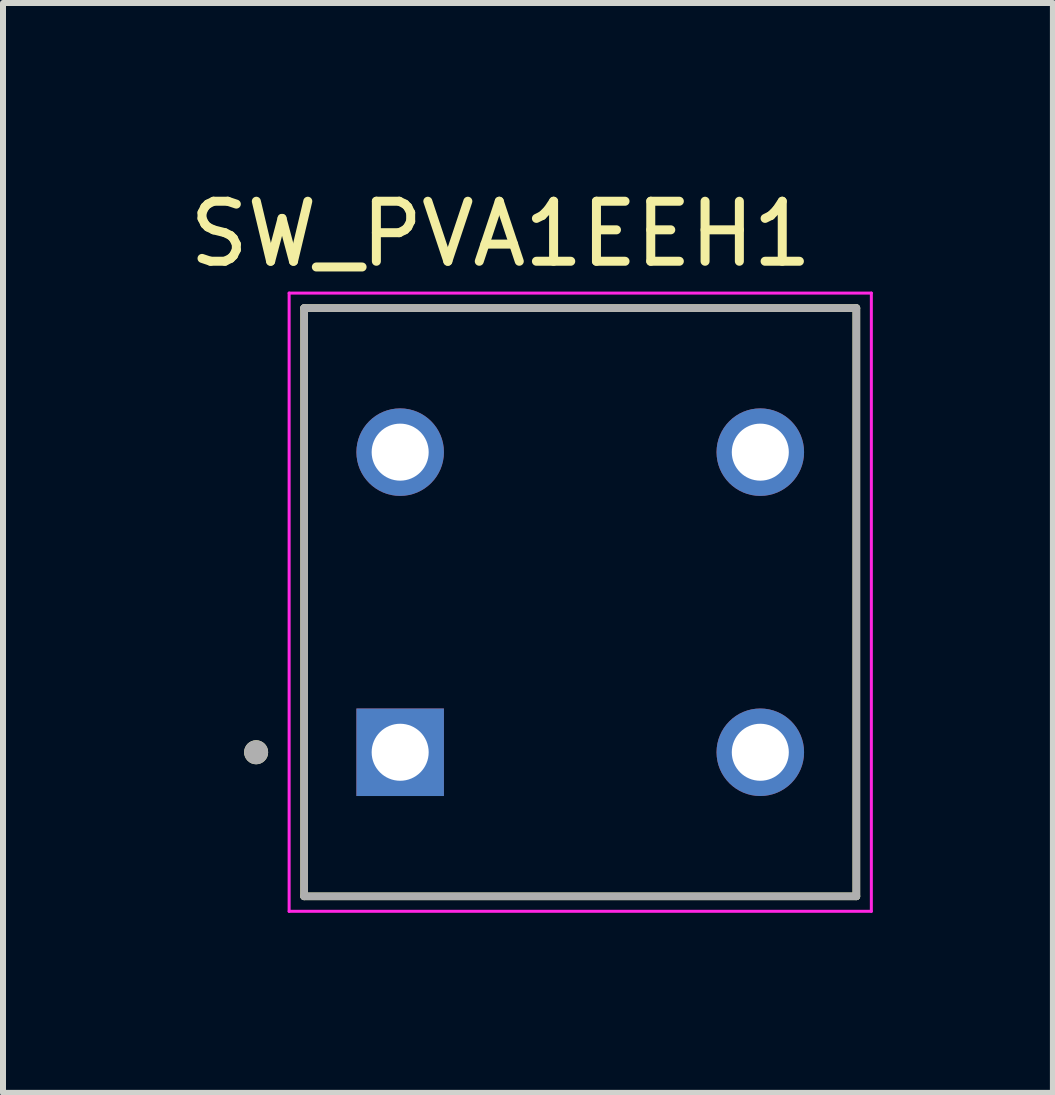
<source format=kicad_pcb>
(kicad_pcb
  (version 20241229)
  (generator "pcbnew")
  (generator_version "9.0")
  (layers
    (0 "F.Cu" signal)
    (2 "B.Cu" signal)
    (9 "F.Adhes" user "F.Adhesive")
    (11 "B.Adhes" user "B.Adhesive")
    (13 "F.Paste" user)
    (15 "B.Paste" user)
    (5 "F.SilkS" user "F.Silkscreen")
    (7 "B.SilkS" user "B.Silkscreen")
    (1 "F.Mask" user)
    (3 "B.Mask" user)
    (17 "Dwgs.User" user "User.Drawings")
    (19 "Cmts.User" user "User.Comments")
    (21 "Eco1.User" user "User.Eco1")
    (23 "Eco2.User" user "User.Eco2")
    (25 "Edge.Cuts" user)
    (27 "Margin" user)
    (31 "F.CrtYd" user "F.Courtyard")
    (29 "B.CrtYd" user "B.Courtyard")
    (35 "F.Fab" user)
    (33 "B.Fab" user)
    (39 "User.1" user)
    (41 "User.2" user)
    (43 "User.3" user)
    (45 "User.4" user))
  (footprint "SW_PVA1EEH1"
    (layer "F.Cu")
    (at 6.617 6.983)
    (property "Reference" "SW_PVA1EEH1" (at -1.325 -6.135 0) (layer "F.SilkS") (effects (font (size 1 1) (thickness 0.15))))
    (attr through_hole)
    (fp_line (start -4.6 -4.9) (end -4.6 4.9) (stroke (width 0.127) (type solid)) (layer "F.SilkS"))
    (fp_line (start -4.6 4.9) (end 4.6 4.9) (stroke (width 0.127) (type solid)) (layer "F.SilkS"))
    (fp_line (start 4.6 -4.9) (end -4.6 -4.9) (stroke (width 0.127) (type solid)) (layer "F.SilkS"))
    (fp_line (start 4.6 4.9) (end 4.6 -4.9) (stroke (width 0.127) (type solid)) (layer "F.SilkS"))
    (fp_circle (center -5.4 2.5) (end -5.3 2.5) (stroke (width 0.2) (type solid)) (fill no) (layer "F.SilkS"))
    (fp_line (start -4.85 -5.15) (end -4.85 5.15) (stroke (width 0.05) (type solid)) (layer "F.CrtYd"))
    (fp_line (start -4.85 5.15) (end 4.85 5.15) (stroke (width 0.05) (type solid)) (layer "F.CrtYd"))
    (fp_line (start 4.85 -5.15) (end -4.85 -5.15) (stroke (width 0.05) (type solid)) (layer "F.CrtYd"))
    (fp_line (start 4.85 5.15) (end 4.85 -5.15) (stroke (width 0.05) (type solid)) (layer "F.CrtYd"))
    (fp_line (start -4.6 -4.9) (end -4.6 4.9) (stroke (width 0.127) (type solid)) (layer "F.Fab"))
    (fp_line (start -4.6 4.9) (end 4.6 4.9) (stroke (width 0.127) (type solid)) (layer "F.Fab"))
    (fp_line (start 4.6 -4.9) (end -4.6 -4.9) (stroke (width 0.127) (type solid)) (layer "F.Fab"))
    (fp_line (start 4.6 4.9) (end 4.6 -4.9) (stroke (width 0.127) (type solid)) (layer "F.Fab"))
    (fp_circle (center -5.4 2.5) (end -5.3 2.5) (stroke (width 0.2) (type solid)) (fill no) (layer "F.Fab"))
    (pad "1" thru_hole rect (at -3 2.5) (size 1.458 1.458) (drill 0.95) (layers "*.Cu" "*.Mask"))
    (pad "1_" thru_hole circle (at 3 2.5) (size 1.458 1.458) (drill 0.95) (layers "*.Cu" "*.Mask"))
    (pad "2" thru_hole circle (at -3 -2.5) (size 1.458 1.458) (drill 0.95) (layers "*.Cu" "*.Mask"))
    (pad "2_" thru_hole circle (at 3 -2.5) (size 1.458 1.458) (drill 0.95) (layers "*.Cu" "*.Mask")))
  (gr_rect
    (start -3 -3)
    (end 14.492 15.158)
    (stroke (width 0.1) (type default))
    (fill no)
    (layer "Edge.Cuts")))
</source>
